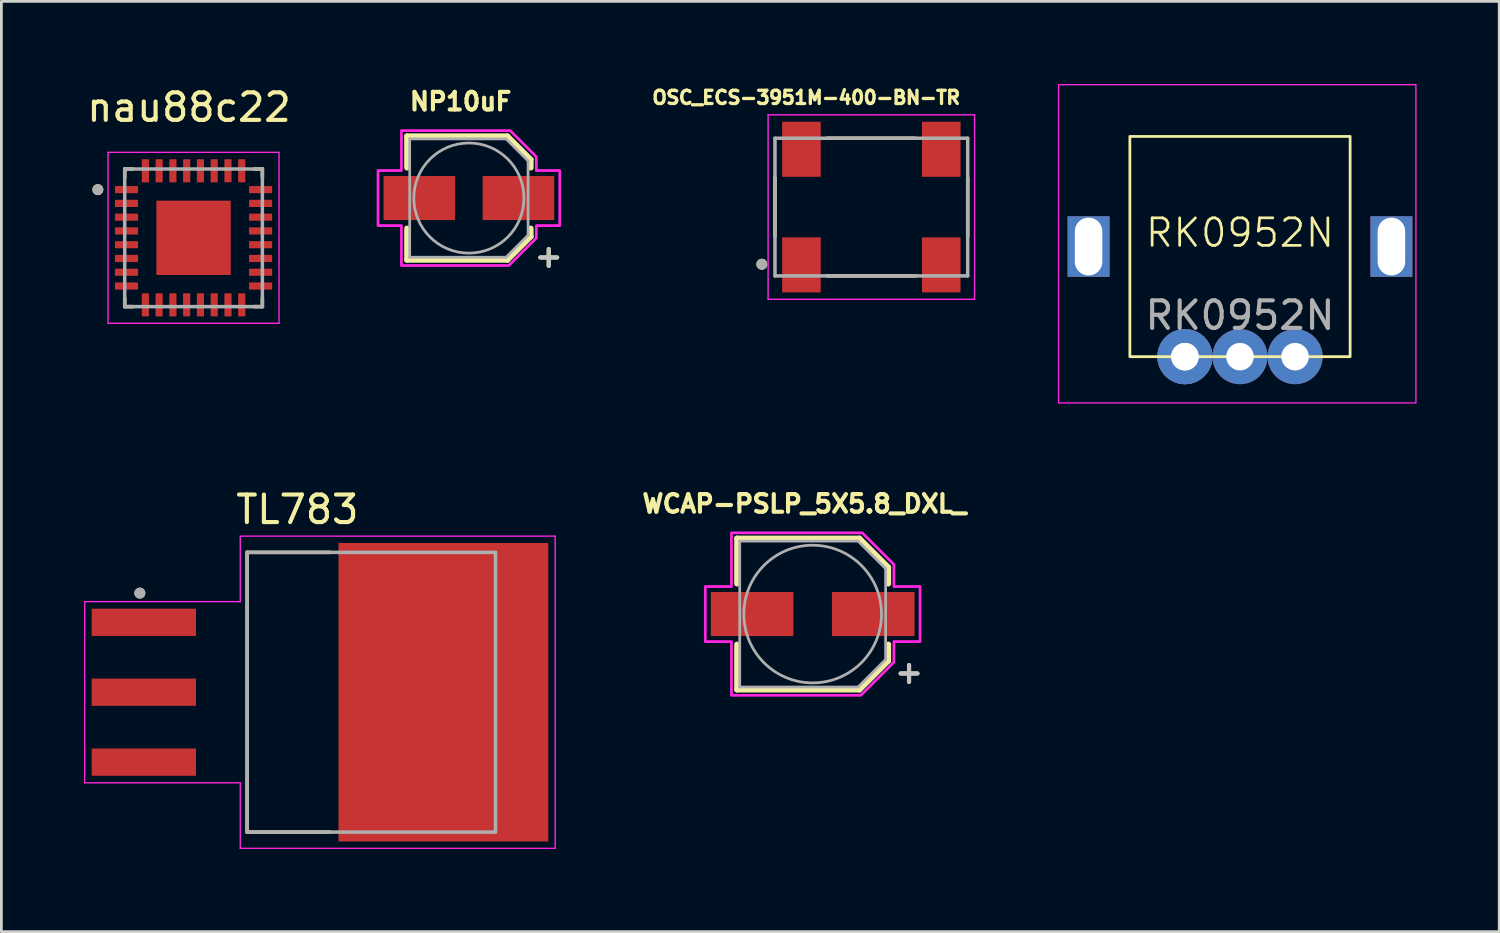
<source format=kicad_pcb>
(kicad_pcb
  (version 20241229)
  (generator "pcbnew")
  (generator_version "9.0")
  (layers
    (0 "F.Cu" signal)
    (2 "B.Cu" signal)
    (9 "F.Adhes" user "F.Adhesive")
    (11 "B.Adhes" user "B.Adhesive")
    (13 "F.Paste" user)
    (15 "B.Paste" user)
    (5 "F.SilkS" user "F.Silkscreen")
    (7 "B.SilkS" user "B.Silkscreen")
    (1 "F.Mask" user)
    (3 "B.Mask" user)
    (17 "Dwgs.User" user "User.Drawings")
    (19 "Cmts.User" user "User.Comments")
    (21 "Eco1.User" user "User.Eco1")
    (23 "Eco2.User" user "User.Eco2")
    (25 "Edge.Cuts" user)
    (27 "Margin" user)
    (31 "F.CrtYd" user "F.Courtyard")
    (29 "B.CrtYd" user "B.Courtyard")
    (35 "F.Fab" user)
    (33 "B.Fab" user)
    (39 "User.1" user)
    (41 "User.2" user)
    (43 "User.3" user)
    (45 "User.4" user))
  (footprint "OSC_ECS-3951M-400-BN-TR"
    (layer "F.Cu")
    (at 28.599 4.471)
    (property "Reference" "OSC_ECS-3951M-400-BN-TR" (at -2.364 -3.978 0) (layer "F.SilkS") (effects (font (size 0.481 0.481) (thickness 0.15))))
    (attr smd)
    (fp_line (start -3.5 -1.065) (end -3.5 1.065) (stroke (width 0.127) (type solid)) (layer "F.SilkS"))
    (fp_line (start -1.605 -2.5) (end 1.605 -2.5) (stroke (width 0.127) (type solid)) (layer "F.SilkS"))
    (fp_line (start -1.605 2.5) (end 1.605 2.5) (stroke (width 0.127) (type solid)) (layer "F.SilkS"))
    (fp_line (start 3.5 -1.065) (end 3.5 1.065) (stroke (width 0.127) (type solid)) (layer "F.SilkS"))
    (fp_circle (center -3.977 2.076) (end -3.877 2.076) (stroke (width 0.2) (type solid)) (fill no) (layer "F.SilkS"))
    (fp_line (start -3.75 -3.35) (end -3.75 3.35) (stroke (width 0.05) (type solid)) (layer "F.CrtYd"))
    (fp_line (start -3.75 -3.35) (end 3.75 -3.35) (stroke (width 0.05) (type solid)) (layer "F.CrtYd"))
    (fp_line (start -3.75 3.35) (end 3.75 3.35) (stroke (width 0.05) (type solid)) (layer "F.CrtYd"))
    (fp_line (start 3.75 3.35) (end 3.75 -3.35) (stroke (width 0.05) (type solid)) (layer "F.CrtYd"))
    (fp_line (start -3.5 -2.5) (end 3.5 -2.5) (stroke (width 0.127) (type solid)) (layer "F.Fab"))
    (fp_line (start -3.5 2.5) (end -3.5 -2.5) (stroke (width 0.127) (type solid)) (layer "F.Fab"))
    (fp_line (start 3.5 -2.5) (end 3.5 2.5) (stroke (width 0.127) (type solid)) (layer "F.Fab"))
    (fp_line (start 3.5 2.5) (end -3.5 2.5) (stroke (width 0.127) (type solid)) (layer "F.Fab"))
    (fp_circle (center -3.977 2.076) (end -3.877 2.076) (stroke (width 0.2) (type solid)) (fill no) (layer "F.Fab"))
    (pad "1" smd rect (at -2.54 2.1) (size 1.4 2) (layers "F.Cu" "F.Mask" "F.Paste"))
    (pad "2" smd rect (at 2.54 2.1) (size 1.4 2) (layers "F.Cu" "F.Mask" "F.Paste"))
    (pad "3" smd rect (at 2.54 -2.1) (size 1.4 2) (layers "F.Cu" "F.Mask" "F.Paste"))
    (pad "4" smd rect (at -2.54 -2.1) (size 1.4 2) (layers "F.Cu" "F.Mask" "F.Paste")))
  (footprint "NP10uF"
    (layer "F.Cu")
    (at 13.981 4.144)
    (property "Reference" "NP10uF" (at -0.3 -3.506 0) (layer "F.SilkS") (effects (font (size 0.64 0.64) (thickness 0.15))))
    (attr smd)
    (fp_line (start -2.25 -2.25) (end -2.25 -1.1) (stroke (width 0.2) (type solid)) (layer "F.SilkS"))
    (fp_line (start -2.25 -2.25) (end 1.4 -2.25) (stroke (width 0.2) (type solid)) (layer "F.SilkS"))
    (fp_line (start -2.25 2.25) (end -2.25 1.1) (stroke (width 0.2) (type solid)) (layer "F.SilkS"))
    (fp_line (start -2.25 2.25) (end 1.4 2.25) (stroke (width 0.2) (type solid)) (layer "F.SilkS"))
    (fp_line (start 1.4 -2.25) (end 2.25 -1.4) (stroke (width 0.2) (type solid)) (layer "F.SilkS"))
    (fp_line (start 1.4 2.25) (end 2.25 1.4) (stroke (width 0.2) (type solid)) (layer "F.SilkS"))
    (fp_line (start 2.25 -1.4) (end 2.25 -1.1) (stroke (width 0.2) (type solid)) (layer "F.SilkS"))
    (fp_line (start 2.25 1.4) (end 2.25 1.1) (stroke (width 0.2) (type solid)) (layer "F.SilkS"))
    (fp_poly (pts (xy -2.45 -2.45) (xy -2.45 -1) (xy -3.3 -1) (xy -3.3 1) (xy -2.45 1) (xy -2.45 2.45) (xy 1.45 2.45) (xy 2.45 1.45) (xy 2.45 1) (xy 3.3 1) (xy 3.3 -1) (xy 2.45 -1) (xy 2.45 -1.5) (xy 1.5 -2.45)) (stroke (width 0.1) (type solid)) (fill no) (layer "F.CrtYd"))
    (fp_line (start -2.15 -2.15) (end -2.15 2.15) (stroke (width 0.1) (type solid)) (layer "F.Fab"))
    (fp_line (start -2.15 2.15) (end 1.35 2.15) (stroke (width 0.1) (type solid)) (layer "F.Fab"))
    (fp_line (start 1.35 -2.15) (end -2.15 -2.15) (stroke (width 0.1) (type solid)) (layer "F.Fab"))
    (fp_line (start 1.35 2.15) (end 2.15 1.35) (stroke (width 0.1) (type solid)) (layer "F.Fab"))
    (fp_line (start 2.15 -1.35) (end 1.35 -2.15) (stroke (width 0.1) (type solid)) (layer "F.Fab"))
    (fp_line (start 2.15 1.35) (end 2.15 -1.35) (stroke (width 0.1) (type solid)) (layer "F.Fab"))
    (fp_circle (center 0 0) (end 2 0) (stroke (width 0.1) (type solid)) (fill no) (layer "F.Fab"))
    (fp_text user "+" (at 2.9 2.1 0) (layer "F.SilkS") (effects (font (size 0.8 0.8) (thickness 0.15))))
    (fp_text user "+" (at 2.9 2.1 0) (layer "Dwgs.User") (effects (font (size 0.8 0.8) (thickness 0.15))))
    (pad "1" smd rect (at 1.8 0) (size 2.6 1.6) (layers "F.Cu" "F.Mask" "F.Paste"))
    (pad "2" smd rect (at -1.8 0) (size 2.6 1.6) (layers "F.Cu" "F.Mask" "F.Paste")))
  (footprint "RK0952N"
    (layer "F.Cu")
    (at 41.989 5.905)
    (property "Reference" "RK0952N" (at 0 -0.5 0) (unlocked yes) (layer "F.SilkS") (effects (font (size 1 1) (thickness 0.1))))
    (attr through_hole)
    (fp_rect (start -4 -4) (end 4 4) (stroke (width 0.1) (type default)) (fill no) (layer "F.SilkS"))
    (fp_rect (start -6.59 -5.88) (end 6.39 5.68) (stroke (width 0.05) (type default)) (fill no) (layer "F.CrtYd"))
    (fp_text user "${REFERENCE}" (at 0 2.5 0) (unlocked yes) (layer "F.Fab") (effects (font (size 1 1) (thickness 0.15))))
    (pad "1" thru_hole circle (at -2 4) (size 2 2) (drill 1) (layers "*.Cu" "*.Mask"))
    (pad "2" thru_hole circle (at -2 4) (size 2 2) (drill 1) (layers "*.Cu" "*.Mask"))
    (pad "2" thru_hole circle (at 0 4) (size 2 2) (drill 1) (layers "*.Cu" "*.Mask"))
    (pad "3" thru_hole circle (at 2 4) (size 2 2) (drill 1) (layers "*.Cu" "*.Mask"))
    (pad "M1" thru_hole rect (at -5.5 0) (size 1.524 2.2) (drill oval 1 2.1) (layers "*.Cu" "*.Mask"))
    (pad "M2" thru_hole rect (at 5.5 0) (size 1.524 2.2) (drill oval 1 2.1) (layers "*.Cu" "*.Mask")))
  (footprint "WCAP-PSLP_5X5.8_DXL_"
    (layer "F.Cu")
    (at 26.468 19.254)
    (property "Reference" "WCAP-PSLP_5X5.8_DXL_" (at -0.3 -4.006 0) (layer "F.SilkS") (effects (font (size 0.64 0.64) (thickness 0.15))))
    (attr smd)
    (fp_line (start -2.75 -2.75) (end -2.75 -1.1) (stroke (width 0.2) (type solid)) (layer "F.SilkS"))
    (fp_line (start -2.75 -2.75) (end 1.7 -2.75) (stroke (width 0.2) (type solid)) (layer "F.SilkS"))
    (fp_line (start -2.75 2.75) (end -2.75 1.1) (stroke (width 0.2) (type solid)) (layer "F.SilkS"))
    (fp_line (start -2.75 2.75) (end 1.7 2.75) (stroke (width 0.2) (type solid)) (layer "F.SilkS"))
    (fp_line (start 1.7 -2.75) (end 2.75 -1.7) (stroke (width 0.2) (type solid)) (layer "F.SilkS"))
    (fp_line (start 1.7 2.75) (end 2.75 1.7) (stroke (width 0.2) (type solid)) (layer "F.SilkS"))
    (fp_line (start 2.75 -1.7) (end 2.75 -1.1) (stroke (width 0.2) (type solid)) (layer "F.SilkS"))
    (fp_line (start 2.75 1.7) (end 2.75 1.1) (stroke (width 0.2) (type solid)) (layer "F.SilkS"))
    (fp_poly (pts (xy -2.95 -2.95) (xy -2.95 -1) (xy -3.9 -1) (xy -3.9 1) (xy -2.95 1) (xy -2.95 2.95) (xy 1.75 2.95) (xy 2.95 1.75) (xy 2.95 1) (xy 3.9 1) (xy 3.9 -1) (xy 2.95 -1) (xy 2.95 -1.8) (xy 1.8 -2.95)) (stroke (width 0.1) (type solid)) (fill no) (layer "F.CrtYd"))
    (fp_line (start -2.65 -2.65) (end -2.65 2.65) (stroke (width 0.1) (type solid)) (layer "F.Fab"))
    (fp_line (start -2.65 2.65) (end 1.65 2.65) (stroke (width 0.1) (type solid)) (layer "F.Fab"))
    (fp_line (start 1.65 -2.65) (end -2.65 -2.65) (stroke (width 0.1) (type solid)) (layer "F.Fab"))
    (fp_line (start 1.65 2.65) (end 2.65 1.65) (stroke (width 0.1) (type solid)) (layer "F.Fab"))
    (fp_line (start 2.65 -1.65) (end 1.65 -2.65) (stroke (width 0.1) (type solid)) (layer "F.Fab"))
    (fp_line (start 2.65 1.65) (end 2.65 -1.65) (stroke (width 0.1) (type solid)) (layer "F.Fab"))
    (fp_circle (center 0 0) (end 2.5 0) (stroke (width 0.1) (type solid)) (fill no) (layer "F.Fab"))
    (fp_text user "+" (at 3.5 2.1 0) (layer "F.SilkS") (effects (font (size 0.8 0.8) (thickness 0.15))))
    (fp_text user "+" (at 3.5 2.1 0) (layer "Dwgs.User") (effects (font (size 0.8 0.8) (thickness 0.15))))
    (pad "1" smd rect (at 2.2 0) (size 3 1.6) (layers "F.Cu" "F.Mask" "F.Paste"))
    (pad "2" smd rect (at -2.2 0) (size 3 1.6) (layers "F.Cu" "F.Mask" "F.Paste")))
  (footprint "TL783"
    (layer "F.Cu")
    (at 8.575 22.093)
    (property "Reference" "TL783" (at -0.825 -6.635 0) (layer "F.SilkS") (effects (font (size 1 1) (thickness 0.15))))
    (attr smd)
    (fp_line (start -2.648 -5.08) (end 0.357 -5.08) (stroke (width 0.127) (type solid)) (layer "F.SilkS"))
    (fp_line (start -2.648 5.08) (end -2.648 -5.08) (stroke (width 0.127) (type solid)) (layer "F.SilkS"))
    (fp_line (start 0.357 5.08) (end -2.648 5.08) (stroke (width 0.127) (type solid)) (layer "F.SilkS"))
    (fp_circle (center -6.545 -3.6) (end -6.445 -3.6) (stroke (width 0.2) (type solid)) (fill no) (layer "F.SilkS"))
    (fp_poly (pts (xy 1.215 -5.13) (xy 2.665 -5.13) (xy 2.665 -3.87) (xy 1.215 -3.87)) (stroke (width 0.01) (type solid)) (fill yes) (layer "F.Paste"))
    (fp_poly (pts (xy 1.215 -3.33) (xy 2.665 -3.33) (xy 2.665 -2.07) (xy 1.215 -2.07)) (stroke (width 0.01) (type solid)) (fill yes) (layer "F.Paste"))
    (fp_poly (pts (xy 1.215 -1.53) (xy 2.665 -1.53) (xy 2.665 -0.27) (xy 1.215 -0.27)) (stroke (width 0.01) (type solid)) (fill yes) (layer "F.Paste"))
    (fp_poly (pts (xy 1.215 0.27) (xy 2.665 0.27) (xy 2.665 1.53) (xy 1.215 1.53)) (stroke (width 0.01) (type solid)) (fill yes) (layer "F.Paste"))
    (fp_poly (pts (xy 1.215 2.07) (xy 2.665 2.07) (xy 2.665 3.33) (xy 1.215 3.33)) (stroke (width 0.01) (type solid)) (fill yes) (layer "F.Paste"))
    (fp_poly (pts (xy 1.215 3.87) (xy 2.665 3.87) (xy 2.665 5.13) (xy 1.215 5.13)) (stroke (width 0.01) (type solid)) (fill yes) (layer "F.Paste"))
    (fp_poly (pts (xy 3.755 -5.13) (xy 5.205 -5.13) (xy 5.205 -3.87) (xy 3.755 -3.87)) (stroke (width 0.01) (type solid)) (fill yes) (layer "F.Paste"))
    (fp_poly (pts (xy 3.755 -3.33) (xy 5.205 -3.33) (xy 5.205 -2.07) (xy 3.755 -2.07)) (stroke (width 0.01) (type solid)) (fill yes) (layer "F.Paste"))
    (fp_poly (pts (xy 3.755 -1.53) (xy 5.205 -1.53) (xy 5.205 -0.27) (xy 3.755 -0.27)) (stroke (width 0.01) (type solid)) (fill yes) (layer "F.Paste"))
    (fp_poly (pts (xy 3.755 0.27) (xy 5.205 0.27) (xy 5.205 1.53) (xy 3.755 1.53)) (stroke (width 0.01) (type solid)) (fill yes) (layer "F.Paste"))
    (fp_poly (pts (xy 3.755 2.07) (xy 5.205 2.07) (xy 5.205 3.33) (xy 3.755 3.33)) (stroke (width 0.01) (type solid)) (fill yes) (layer "F.Paste"))
    (fp_poly (pts (xy 3.755 3.87) (xy 5.205 3.87) (xy 5.205 5.13) (xy 3.755 5.13)) (stroke (width 0.01) (type solid)) (fill yes) (layer "F.Paste"))
    (fp_poly (pts (xy 6.295 -5.13) (xy 7.745 -5.13) (xy 7.745 -3.87) (xy 6.295 -3.87)) (stroke (width 0.01) (type solid)) (fill yes) (layer "F.Paste"))
    (fp_poly (pts (xy 6.295 -3.33) (xy 7.745 -3.33) (xy 7.745 -2.07) (xy 6.295 -2.07)) (stroke (width 0.01) (type solid)) (fill yes) (layer "F.Paste"))
    (fp_poly (pts (xy 6.295 -1.53) (xy 7.745 -1.53) (xy 7.745 -0.27) (xy 6.295 -0.27)) (stroke (width 0.01) (type solid)) (fill yes) (layer "F.Paste"))
    (fp_poly (pts (xy 6.295 0.27) (xy 7.745 0.27) (xy 7.745 1.53) (xy 6.295 1.53)) (stroke (width 0.01) (type solid)) (fill yes) (layer "F.Paste"))
    (fp_poly (pts (xy 6.295 2.07) (xy 7.745 2.07) (xy 7.745 3.33) (xy 6.295 3.33)) (stroke (width 0.01) (type solid)) (fill yes) (layer "F.Paste"))
    (fp_poly (pts (xy 6.295 3.87) (xy 7.745 3.87) (xy 7.745 5.13) (xy 6.295 5.13)) (stroke (width 0.01) (type solid)) (fill yes) (layer "F.Paste"))
    (fp_line (start -8.55 -3.29) (end -2.898 -3.29) (stroke (width 0.05) (type solid)) (layer "F.CrtYd"))
    (fp_line (start -8.55 3.29) (end -8.55 -3.29) (stroke (width 0.05) (type solid)) (layer "F.CrtYd"))
    (fp_line (start -2.898 -5.67) (end 8.54 -5.67) (stroke (width 0.05) (type solid)) (layer "F.CrtYd"))
    (fp_line (start -2.898 -3.29) (end -2.898 -5.67) (stroke (width 0.05) (type solid)) (layer "F.CrtYd"))
    (fp_line (start -2.898 3.29) (end -8.55 3.29) (stroke (width 0.05) (type solid)) (layer "F.CrtYd"))
    (fp_line (start -2.898 5.67) (end -2.898 3.29) (stroke (width 0.05) (type solid)) (layer "F.CrtYd"))
    (fp_line (start 8.54 -5.67) (end 8.54 5.67) (stroke (width 0.05) (type solid)) (layer "F.CrtYd"))
    (fp_line (start 8.54 5.67) (end -2.898 5.67) (stroke (width 0.05) (type solid)) (layer "F.CrtYd"))
    (fp_line (start -2.648 -5.08) (end 6.373 -5.08) (stroke (width 0.127) (type solid)) (layer "F.Fab"))
    (fp_line (start -2.648 5.08) (end -2.648 -5.08) (stroke (width 0.127) (type solid)) (layer "F.Fab"))
    (fp_line (start 6.373 -5.08) (end 6.373 5.08) (stroke (width 0.127) (type solid)) (layer "F.Fab"))
    (fp_line (start 6.373 5.08) (end -2.648 5.08) (stroke (width 0.127) (type solid)) (layer "F.Fab"))
    (fp_circle (center -6.545 -3.6) (end -6.445 -3.6) (stroke (width 0.2) (type solid)) (fill no) (layer "F.Fab"))
    (pad "1" smd rect (at -6.4 -2.54) (size 3.79 0.99) (layers "F.Cu" "F.Mask" "F.Paste"))
    (pad "2" smd rect (at -6.4 0) (size 3.79 0.99) (layers "F.Cu" "F.Mask" "F.Paste"))
    (pad "3" smd rect (at -6.4 2.54) (size 3.79 0.99) (layers "F.Cu" "F.Mask" "F.Paste"))
    (pad "4" smd rect (at 4.48 0) (size 7.62 10.84) (layers "F.Cu" "F.Mask")))
  (footprint "nau88c22"
    (layer "F.Cu")
    (at 3.98 5.588)
    (property "Reference" "nau88c22" (at -0.165 -4.74 0) (layer "F.SilkS") (effects (font (size 1 1) (thickness 0.15))))
    (attr smd)
    (fp_line (start -2.5 -2.5) (end -2.5 -2.2) (stroke (width 0.127) (type solid)) (layer "F.SilkS"))
    (fp_line (start -2.5 -2.5) (end -2.2 -2.5) (stroke (width 0.127) (type solid)) (layer "F.SilkS"))
    (fp_line (start -2.5 2.5) (end -2.5 2.2) (stroke (width 0.127) (type solid)) (layer "F.SilkS"))
    (fp_line (start -2.5 2.5) (end -2.2 2.5) (stroke (width 0.127) (type solid)) (layer "F.SilkS"))
    (fp_line (start 2.5 -2.5) (end 2.2 -2.5) (stroke (width 0.127) (type solid)) (layer "F.SilkS"))
    (fp_line (start 2.5 -2.5) (end 2.5 -2.2) (stroke (width 0.127) (type solid)) (layer "F.SilkS"))
    (fp_line (start 2.5 2.5) (end 2.2 2.5) (stroke (width 0.127) (type solid)) (layer "F.SilkS"))
    (fp_line (start 2.5 2.5) (end 2.5 2.2) (stroke (width 0.127) (type solid)) (layer "F.SilkS"))
    (fp_circle (center -3.475 -1.75) (end -3.375 -1.75) (stroke (width 0.2) (type solid)) (fill no) (layer "F.SilkS"))
    (fp_poly (pts (xy -0.85 -0.85) (xy 0.85 -0.85) (xy 0.85 0.85) (xy -0.85 0.85)) (stroke (width 0.01) (type solid)) (fill yes) (layer "F.Paste"))
    (fp_line (start -3.105 -3.105) (end 3.105 -3.105) (stroke (width 0.05) (type solid)) (layer "F.CrtYd"))
    (fp_line (start -3.105 3.105) (end -3.105 -3.105) (stroke (width 0.05) (type solid)) (layer "F.CrtYd"))
    (fp_line (start -3.105 3.105) (end 3.105 3.105) (stroke (width 0.05) (type solid)) (layer "F.CrtYd"))
    (fp_line (start 3.105 3.105) (end 3.105 -3.105) (stroke (width 0.05) (type solid)) (layer "F.CrtYd"))
    (fp_line (start -2.5 2.5) (end -2.5 -2.5) (stroke (width 0.127) (type solid)) (layer "F.Fab"))
    (fp_line (start 2.5 -2.5) (end -2.5 -2.5) (stroke (width 0.127) (type solid)) (layer "F.Fab"))
    (fp_line (start 2.5 2.5) (end -2.5 2.5) (stroke (width 0.127) (type solid)) (layer "F.Fab"))
    (fp_line (start 2.5 2.5) (end 2.5 -2.5) (stroke (width 0.127) (type solid)) (layer "F.Fab"))
    (fp_circle (center -3.475 -1.75) (end -3.375 -1.75) (stroke (width 0.2) (type solid)) (fill no) (layer "F.Fab"))
    (pad "1" smd roundrect (at -2.435 -1.75) (size 0.84 0.26) (layers "F.Cu" "F.Mask" "F.Paste") (roundrect_rratio 0.095))
    (pad "2" smd roundrect (at -2.435 -1.25) (size 0.84 0.26) (layers "F.Cu" "F.Mask" "F.Paste") (roundrect_rratio 0.095))
    (pad "3" smd roundrect (at -2.435 -0.75) (size 0.84 0.26) (layers "F.Cu" "F.Mask" "F.Paste") (roundrect_rratio 0.095))
    (pad "4" smd roundrect (at -2.435 -0.25) (size 0.84 0.26) (layers "F.Cu" "F.Mask" "F.Paste") (roundrect_rratio 0.095))
    (pad "5" smd roundrect (at -2.435 0.25) (size 0.84 0.26) (layers "F.Cu" "F.Mask" "F.Paste") (roundrect_rratio 0.095))
    (pad "6" smd roundrect (at -2.435 0.75) (size 0.84 0.26) (layers "F.Cu" "F.Mask" "F.Paste") (roundrect_rratio 0.095))
    (pad "7" smd roundrect (at -2.435 1.25) (size 0.84 0.26) (layers "F.Cu" "F.Mask" "F.Paste") (roundrect_rratio 0.095))
    (pad "8" smd roundrect (at -2.435 1.75) (size 0.84 0.26) (layers "F.Cu" "F.Mask" "F.Paste") (roundrect_rratio 0.095))
    (pad "9" smd roundrect (at -1.75 2.435) (size 0.26 0.84) (layers "F.Cu" "F.Mask" "F.Paste") (roundrect_rratio 0.095))
    (pad "10" smd roundrect (at -1.25 2.435) (size 0.26 0.84) (layers "F.Cu" "F.Mask" "F.Paste") (roundrect_rratio 0.095))
    (pad "11" smd roundrect (at -0.75 2.435) (size 0.26 0.84) (layers "F.Cu" "F.Mask" "F.Paste") (roundrect_rratio 0.095))
    (pad "12" smd roundrect (at -0.25 2.435) (size 0.26 0.84) (layers "F.Cu" "F.Mask" "F.Paste") (roundrect_rratio 0.095))
    (pad "13" smd roundrect (at 0.25 2.435) (size 0.26 0.84) (layers "F.Cu" "F.Mask" "F.Paste") (roundrect_rratio 0.095))
    (pad "14" smd roundrect (at 0.75 2.435) (size 0.26 0.84) (layers "F.Cu" "F.Mask" "F.Paste") (roundrect_rratio 0.095))
    (pad "15" smd roundrect (at 1.25 2.435) (size 0.26 0.84) (layers "F.Cu" "F.Mask" "F.Paste") (roundrect_rratio 0.095))
    (pad "16" smd roundrect (at 1.75 2.435) (size 0.26 0.84) (layers "F.Cu" "F.Mask" "F.Paste") (roundrect_rratio 0.095))
    (pad "17" smd roundrect (at 2.435 1.75) (size 0.84 0.26) (layers "F.Cu" "F.Mask" "F.Paste") (roundrect_rratio 0.095))
    (pad "18" smd roundrect (at 2.435 1.25) (size 0.84 0.26) (layers "F.Cu" "F.Mask" "F.Paste") (roundrect_rratio 0.095))
    (pad "19" smd roundrect (at 2.435 0.75) (size 0.84 0.26) (layers "F.Cu" "F.Mask" "F.Paste") (roundrect_rratio 0.095))
    (pad "20" smd roundrect (at 2.435 0.25) (size 0.84 0.26) (layers "F.Cu" "F.Mask" "F.Paste") (roundrect_rratio 0.095))
    (pad "21" smd roundrect (at 2.435 -0.25) (size 0.84 0.26) (layers "F.Cu" "F.Mask" "F.Paste") (roundrect_rratio 0.095))
    (pad "22" smd roundrect (at 2.435 -0.75) (size 0.84 0.26) (layers "F.Cu" "F.Mask" "F.Paste") (roundrect_rratio 0.095))
    (pad "23" smd roundrect (at 2.435 -1.25) (size 0.84 0.26) (layers "F.Cu" "F.Mask" "F.Paste") (roundrect_rratio 0.095))
    (pad "24" smd roundrect (at 2.435 -1.75) (size 0.84 0.26) (layers "F.Cu" "F.Mask" "F.Paste") (roundrect_rratio 0.095))
    (pad "25" smd roundrect (at 1.75 -2.435) (size 0.26 0.84) (layers "F.Cu" "F.Mask" "F.Paste") (roundrect_rratio 0.095))
    (pad "26" smd roundrect (at 1.25 -2.435) (size 0.26 0.84) (layers "F.Cu" "F.Mask" "F.Paste") (roundrect_rratio 0.095))
    (pad "27" smd roundrect (at 0.75 -2.435) (size 0.26 0.84) (layers "F.Cu" "F.Mask" "F.Paste") (roundrect_rratio 0.095))
    (pad "28" smd roundrect (at 0.25 -2.435) (size 0.26 0.84) (layers "F.Cu" "F.Mask" "F.Paste") (roundrect_rratio 0.095))
    (pad "29" smd roundrect (at -0.25 -2.435) (size 0.26 0.84) (layers "F.Cu" "F.Mask" "F.Paste") (roundrect_rratio 0.095))
    (pad "30" smd roundrect (at -0.75 -2.435) (size 0.26 0.84) (layers "F.Cu" "F.Mask" "F.Paste") (roundrect_rratio 0.095))
    (pad "31" smd roundrect (at -1.25 -2.435) (size 0.26 0.84) (layers "F.Cu" "F.Mask" "F.Paste") (roundrect_rratio 0.095))
    (pad "32" smd roundrect (at -1.75 -2.435) (size 0.26 0.84) (layers "F.Cu" "F.Mask" "F.Paste") (roundrect_rratio 0.095))
    (pad "33" smd rect (at 0 0) (size 2.7 2.7) (layers "F.Cu" "F.Mask")))
  (gr_rect
    (start -3 -3)
    (end 51.404 30.788)
    (stroke (width 0.1) (type default))
    (fill no)
    (layer "Edge.Cuts")))
</source>
